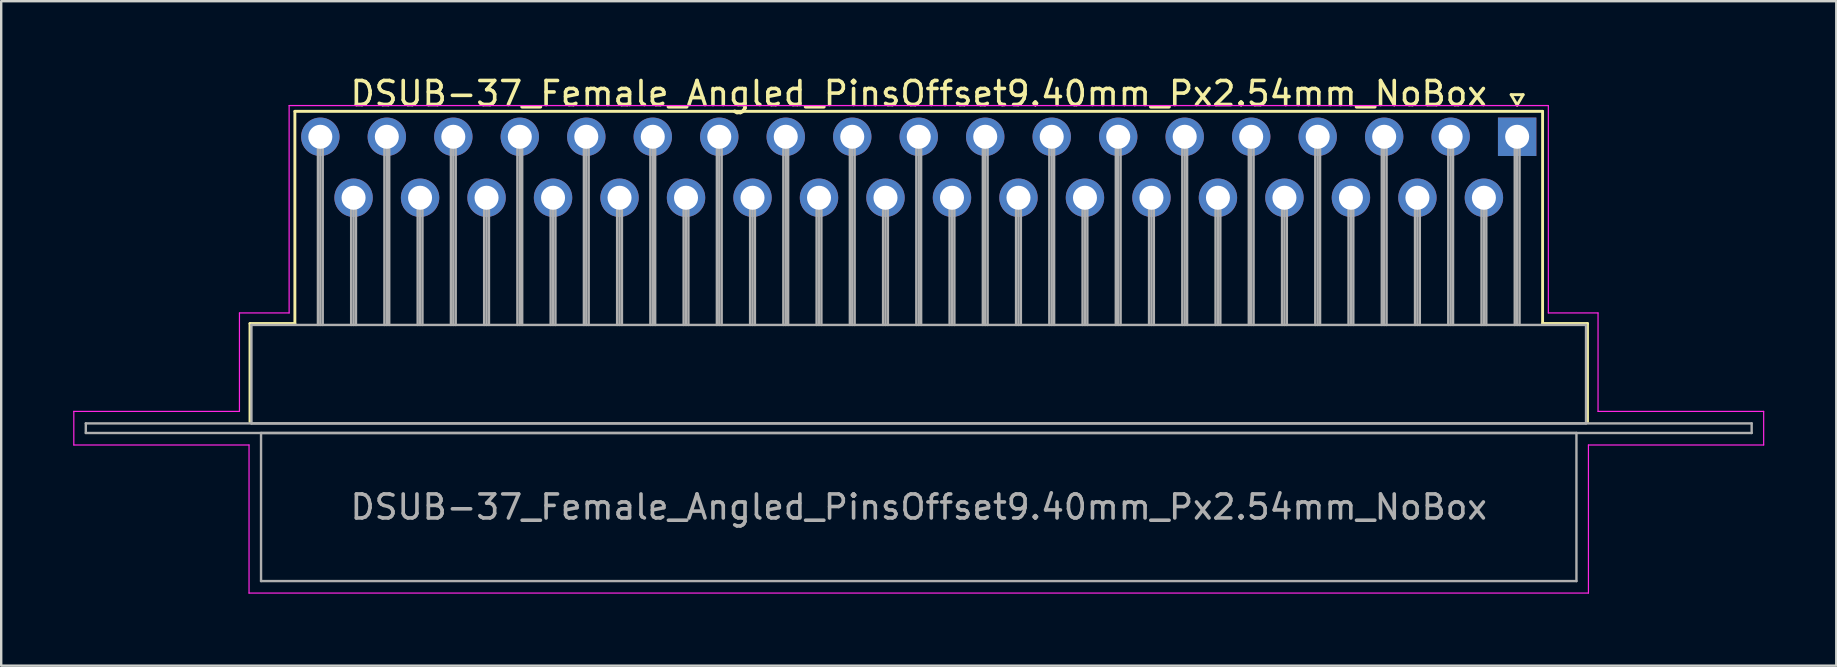
<source format=kicad_pcb>
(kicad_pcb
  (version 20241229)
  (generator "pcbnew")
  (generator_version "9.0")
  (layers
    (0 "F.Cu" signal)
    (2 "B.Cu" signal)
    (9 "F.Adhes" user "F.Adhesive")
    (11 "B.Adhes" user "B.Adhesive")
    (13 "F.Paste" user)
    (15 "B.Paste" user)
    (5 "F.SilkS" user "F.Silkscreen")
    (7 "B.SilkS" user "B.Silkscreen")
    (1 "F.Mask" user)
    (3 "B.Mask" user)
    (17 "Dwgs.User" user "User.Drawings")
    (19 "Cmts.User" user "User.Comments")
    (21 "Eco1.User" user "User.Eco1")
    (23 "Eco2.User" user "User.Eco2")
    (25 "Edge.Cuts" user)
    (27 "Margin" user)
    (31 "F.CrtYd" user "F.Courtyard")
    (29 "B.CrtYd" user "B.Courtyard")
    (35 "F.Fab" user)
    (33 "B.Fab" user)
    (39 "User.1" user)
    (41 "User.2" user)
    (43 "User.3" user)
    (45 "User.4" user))
  (footprint "DSUB-37_Female_Angled_PinsOffset9.40mm_Px2.54mm_NoBox"
    (layer "F.Cu")
    (at 60.155 2.648)
    (property "Reference" "DSUB-37_Female_Angled_PinsOffset9.40mm_Px2.54mm_NoBox" (at -24.93 -1.8 0) (layer "F.SilkS") (effects (font (size 1 1) (thickness 0.15))))
    (attr through_hole)
    (fp_line (start -52.79 7.78) (end -50.92 7.78) (stroke (width 0.12) (type solid)) (layer "F.SilkS"))
    (fp_line (start -52.79 11.88) (end -52.79 7.78) (stroke (width 0.12) (type solid)) (layer "F.SilkS"))
    (fp_line (start -50.92 -1.06) (end 1.06 -1.06) (stroke (width 0.12) (type solid)) (layer "F.SilkS"))
    (fp_line (start -50.92 7.78) (end -50.92 -1.06) (stroke (width 0.12) (type solid)) (layer "F.SilkS"))
    (fp_line (start -0.25 -1.754) (end 0.25 -1.754) (stroke (width 0.12) (type solid)) (layer "F.SilkS"))
    (fp_line (start 0 -1.321) (end -0.25 -1.754) (stroke (width 0.12) (type solid)) (layer "F.SilkS"))
    (fp_line (start 0.25 -1.754) (end 0 -1.321) (stroke (width 0.12) (type solid)) (layer "F.SilkS"))
    (fp_line (start 1.06 -1.06) (end 1.06 7.78) (stroke (width 0.12) (type solid)) (layer "F.SilkS"))
    (fp_line (start 1.06 7.78) (end 2.93 7.78) (stroke (width 0.12) (type solid)) (layer "F.SilkS"))
    (fp_line (start 2.93 7.78) (end 2.93 11.88) (stroke (width 0.12) (type solid)) (layer "F.SilkS"))
    (fp_line (start -60.13 11.44) (end -53.23 11.44) (stroke (width 0.05) (type solid)) (layer "F.CrtYd"))
    (fp_line (start -60.13 12.84) (end -60.13 11.44) (stroke (width 0.05) (type solid)) (layer "F.CrtYd"))
    (fp_line (start -53.23 7.34) (end -51.16 7.34) (stroke (width 0.05) (type solid)) (layer "F.CrtYd"))
    (fp_line (start -53.23 11.44) (end -53.23 7.34) (stroke (width 0.05) (type solid)) (layer "F.CrtYd"))
    (fp_line (start -52.83 12.84) (end -60.13 12.84) (stroke (width 0.05) (type solid)) (layer "F.CrtYd"))
    (fp_line (start -52.83 19.01) (end -52.83 12.84) (stroke (width 0.05) (type solid)) (layer "F.CrtYd"))
    (fp_line (start -51.16 -1.3) (end 1.3 -1.3) (stroke (width 0.05) (type solid)) (layer "F.CrtYd"))
    (fp_line (start -51.16 7.34) (end -51.16 -1.3) (stroke (width 0.05) (type solid)) (layer "F.CrtYd"))
    (fp_line (start 1.3 -1.3) (end 1.3 7.34) (stroke (width 0.05) (type solid)) (layer "F.CrtYd"))
    (fp_line (start 1.3 7.34) (end 3.37 7.34) (stroke (width 0.05) (type solid)) (layer "F.CrtYd"))
    (fp_line (start 2.97 12.84) (end 2.97 19.01) (stroke (width 0.05) (type solid)) (layer "F.CrtYd"))
    (fp_line (start 2.97 19.01) (end -52.83 19.01) (stroke (width 0.05) (type solid)) (layer "F.CrtYd"))
    (fp_line (start 3.37 7.34) (end 3.37 11.44) (stroke (width 0.05) (type solid)) (layer "F.CrtYd"))
    (fp_line (start 3.37 11.44) (end 10.27 11.44) (stroke (width 0.05) (type solid)) (layer "F.CrtYd"))
    (fp_line (start 10.27 11.44) (end 10.27 12.84) (stroke (width 0.05) (type solid)) (layer "F.CrtYd"))
    (fp_line (start 10.27 12.84) (end 2.97 12.84) (stroke (width 0.05) (type solid)) (layer "F.CrtYd"))
    (fp_line (start -59.63 11.94) (end -59.63 12.34) (stroke (width 0.1) (type solid)) (layer "F.Fab"))
    (fp_line (start -59.63 12.34) (end 9.77 12.34) (stroke (width 0.1) (type solid)) (layer "F.Fab"))
    (fp_line (start -52.73 7.84) (end -52.73 11.94) (stroke (width 0.1) (type solid)) (layer "F.Fab"))
    (fp_line (start -52.73 11.94) (end 2.87 11.94) (stroke (width 0.1) (type solid)) (layer "F.Fab"))
    (fp_line (start -52.33 12.34) (end -52.33 18.51) (stroke (width 0.1) (type solid)) (layer "F.Fab"))
    (fp_line (start -52.33 18.51) (end 2.47 18.51) (stroke (width 0.1) (type solid)) (layer "F.Fab"))
    (fp_line (start -49.96 0) (end -49.96 7.84) (stroke (width 0.1) (type solid)) (layer "F.Fab"))
    (fp_line (start -49.86 0) (end -49.86 7.84) (stroke (width 0.1) (type solid)) (layer "F.Fab"))
    (fp_line (start -49.76 0) (end -49.76 7.84) (stroke (width 0.1) (type solid)) (layer "F.Fab"))
    (fp_line (start -48.575 2.54) (end -48.575 7.84) (stroke (width 0.1) (type solid)) (layer "F.Fab"))
    (fp_line (start -48.475 2.54) (end -48.475 7.84) (stroke (width 0.1) (type solid)) (layer "F.Fab"))
    (fp_line (start -48.375 2.54) (end -48.375 7.84) (stroke (width 0.1) (type solid)) (layer "F.Fab"))
    (fp_line (start -47.19 0) (end -47.19 7.84) (stroke (width 0.1) (type solid)) (layer "F.Fab"))
    (fp_line (start -47.09 0) (end -47.09 7.84) (stroke (width 0.1) (type solid)) (layer "F.Fab"))
    (fp_line (start -46.99 0) (end -46.99 7.84) (stroke (width 0.1) (type solid)) (layer "F.Fab"))
    (fp_line (start -45.805 2.54) (end -45.805 7.84) (stroke (width 0.1) (type solid)) (layer "F.Fab"))
    (fp_line (start -45.705 2.54) (end -45.705 7.84) (stroke (width 0.1) (type solid)) (layer "F.Fab"))
    (fp_line (start -45.605 2.54) (end -45.605 7.84) (stroke (width 0.1) (type solid)) (layer "F.Fab"))
    (fp_line (start -44.42 0) (end -44.42 7.84) (stroke (width 0.1) (type solid)) (layer "F.Fab"))
    (fp_line (start -44.32 0) (end -44.32 7.84) (stroke (width 0.1) (type solid)) (layer "F.Fab"))
    (fp_line (start -44.22 0) (end -44.22 7.84) (stroke (width 0.1) (type solid)) (layer "F.Fab"))
    (fp_line (start -43.035 2.54) (end -43.035 7.84) (stroke (width 0.1) (type solid)) (layer "F.Fab"))
    (fp_line (start -42.935 2.54) (end -42.935 7.84) (stroke (width 0.1) (type solid)) (layer "F.Fab"))
    (fp_line (start -42.835 2.54) (end -42.835 7.84) (stroke (width 0.1) (type solid)) (layer "F.Fab"))
    (fp_line (start -41.65 0) (end -41.65 7.84) (stroke (width 0.1) (type solid)) (layer "F.Fab"))
    (fp_line (start -41.55 0) (end -41.55 7.84) (stroke (width 0.1) (type solid)) (layer "F.Fab"))
    (fp_line (start -41.45 0) (end -41.45 7.84) (stroke (width 0.1) (type solid)) (layer "F.Fab"))
    (fp_line (start -40.265 2.54) (end -40.265 7.84) (stroke (width 0.1) (type solid)) (layer "F.Fab"))
    (fp_line (start -40.165 2.54) (end -40.165 7.84) (stroke (width 0.1) (type solid)) (layer "F.Fab"))
    (fp_line (start -40.065 2.54) (end -40.065 7.84) (stroke (width 0.1) (type solid)) (layer "F.Fab"))
    (fp_line (start -38.88 0) (end -38.88 7.84) (stroke (width 0.1) (type solid)) (layer "F.Fab"))
    (fp_line (start -38.78 0) (end -38.78 7.84) (stroke (width 0.1) (type solid)) (layer "F.Fab"))
    (fp_line (start -38.68 0) (end -38.68 7.84) (stroke (width 0.1) (type solid)) (layer "F.Fab"))
    (fp_line (start -37.495 2.54) (end -37.495 7.84) (stroke (width 0.1) (type solid)) (layer "F.Fab"))
    (fp_line (start -37.395 2.54) (end -37.395 7.84) (stroke (width 0.1) (type solid)) (layer "F.Fab"))
    (fp_line (start -37.295 2.54) (end -37.295 7.84) (stroke (width 0.1) (type solid)) (layer "F.Fab"))
    (fp_line (start -36.11 0) (end -36.11 7.84) (stroke (width 0.1) (type solid)) (layer "F.Fab"))
    (fp_line (start -36.01 0) (end -36.01 7.84) (stroke (width 0.1) (type solid)) (layer "F.Fab"))
    (fp_line (start -35.91 0) (end -35.91 7.84) (stroke (width 0.1) (type solid)) (layer "F.Fab"))
    (fp_line (start -34.725 2.54) (end -34.725 7.84) (stroke (width 0.1) (type solid)) (layer "F.Fab"))
    (fp_line (start -34.625 2.54) (end -34.625 7.84) (stroke (width 0.1) (type solid)) (layer "F.Fab"))
    (fp_line (start -34.525 2.54) (end -34.525 7.84) (stroke (width 0.1) (type solid)) (layer "F.Fab"))
    (fp_line (start -33.34 0) (end -33.34 7.84) (stroke (width 0.1) (type solid)) (layer "F.Fab"))
    (fp_line (start -33.24 0) (end -33.24 7.84) (stroke (width 0.1) (type solid)) (layer "F.Fab"))
    (fp_line (start -33.14 0) (end -33.14 7.84) (stroke (width 0.1) (type solid)) (layer "F.Fab"))
    (fp_line (start -31.955 2.54) (end -31.955 7.84) (stroke (width 0.1) (type solid)) (layer "F.Fab"))
    (fp_line (start -31.855 2.54) (end -31.855 7.84) (stroke (width 0.1) (type solid)) (layer "F.Fab"))
    (fp_line (start -31.755 2.54) (end -31.755 7.84) (stroke (width 0.1) (type solid)) (layer "F.Fab"))
    (fp_line (start -30.57 0) (end -30.57 7.84) (stroke (width 0.1) (type solid)) (layer "F.Fab"))
    (fp_line (start -30.47 0) (end -30.47 7.84) (stroke (width 0.1) (type solid)) (layer "F.Fab"))
    (fp_line (start -30.37 0) (end -30.37 7.84) (stroke (width 0.1) (type solid)) (layer "F.Fab"))
    (fp_line (start -29.185 2.54) (end -29.185 7.84) (stroke (width 0.1) (type solid)) (layer "F.Fab"))
    (fp_line (start -29.085 2.54) (end -29.085 7.84) (stroke (width 0.1) (type solid)) (layer "F.Fab"))
    (fp_line (start -28.985 2.54) (end -28.985 7.84) (stroke (width 0.1) (type solid)) (layer "F.Fab"))
    (fp_line (start -27.8 0) (end -27.8 7.84) (stroke (width 0.1) (type solid)) (layer "F.Fab"))
    (fp_line (start -27.7 0) (end -27.7 7.84) (stroke (width 0.1) (type solid)) (layer "F.Fab"))
    (fp_line (start -27.6 0) (end -27.6 7.84) (stroke (width 0.1) (type solid)) (layer "F.Fab"))
    (fp_line (start -26.415 2.54) (end -26.415 7.84) (stroke (width 0.1) (type solid)) (layer "F.Fab"))
    (fp_line (start -26.315 2.54) (end -26.315 7.84) (stroke (width 0.1) (type solid)) (layer "F.Fab"))
    (fp_line (start -26.215 2.54) (end -26.215 7.84) (stroke (width 0.1) (type solid)) (layer "F.Fab"))
    (fp_line (start -25.03 0) (end -25.03 7.84) (stroke (width 0.1) (type solid)) (layer "F.Fab"))
    (fp_line (start -24.93 0) (end -24.93 7.84) (stroke (width 0.1) (type solid)) (layer "F.Fab"))
    (fp_line (start -24.83 0) (end -24.83 7.84) (stroke (width 0.1) (type solid)) (layer "F.Fab"))
    (fp_line (start -23.645 2.54) (end -23.645 7.84) (stroke (width 0.1) (type solid)) (layer "F.Fab"))
    (fp_line (start -23.545 2.54) (end -23.545 7.84) (stroke (width 0.1) (type solid)) (layer "F.Fab"))
    (fp_line (start -23.445 2.54) (end -23.445 7.84) (stroke (width 0.1) (type solid)) (layer "F.Fab"))
    (fp_line (start -22.26 0) (end -22.26 7.84) (stroke (width 0.1) (type solid)) (layer "F.Fab"))
    (fp_line (start -22.16 0) (end -22.16 7.84) (stroke (width 0.1) (type solid)) (layer "F.Fab"))
    (fp_line (start -22.06 0) (end -22.06 7.84) (stroke (width 0.1) (type solid)) (layer "F.Fab"))
    (fp_line (start -20.875 2.54) (end -20.875 7.84) (stroke (width 0.1) (type solid)) (layer "F.Fab"))
    (fp_line (start -20.775 2.54) (end -20.775 7.84) (stroke (width 0.1) (type solid)) (layer "F.Fab"))
    (fp_line (start -20.675 2.54) (end -20.675 7.84) (stroke (width 0.1) (type solid)) (layer "F.Fab"))
    (fp_line (start -19.49 0) (end -19.49 7.84) (stroke (width 0.1) (type solid)) (layer "F.Fab"))
    (fp_line (start -19.39 0) (end -19.39 7.84) (stroke (width 0.1) (type solid)) (layer "F.Fab"))
    (fp_line (start -19.29 0) (end -19.29 7.84) (stroke (width 0.1) (type solid)) (layer "F.Fab"))
    (fp_line (start -18.105 2.54) (end -18.105 7.84) (stroke (width 0.1) (type solid)) (layer "F.Fab"))
    (fp_line (start -18.005 2.54) (end -18.005 7.84) (stroke (width 0.1) (type solid)) (layer "F.Fab"))
    (fp_line (start -17.905 2.54) (end -17.905 7.84) (stroke (width 0.1) (type solid)) (layer "F.Fab"))
    (fp_line (start -16.72 0) (end -16.72 7.84) (stroke (width 0.1) (type solid)) (layer "F.Fab"))
    (fp_line (start -16.62 0) (end -16.62 7.84) (stroke (width 0.1) (type solid)) (layer "F.Fab"))
    (fp_line (start -16.52 0) (end -16.52 7.84) (stroke (width 0.1) (type solid)) (layer "F.Fab"))
    (fp_line (start -15.335 2.54) (end -15.335 7.84) (stroke (width 0.1) (type solid)) (layer "F.Fab"))
    (fp_line (start -15.235 2.54) (end -15.235 7.84) (stroke (width 0.1) (type solid)) (layer "F.Fab"))
    (fp_line (start -15.135 2.54) (end -15.135 7.84) (stroke (width 0.1) (type solid)) (layer "F.Fab"))
    (fp_line (start -13.95 0) (end -13.95 7.84) (stroke (width 0.1) (type solid)) (layer "F.Fab"))
    (fp_line (start -13.85 0) (end -13.85 7.84) (stroke (width 0.1) (type solid)) (layer "F.Fab"))
    (fp_line (start -13.75 0) (end -13.75 7.84) (stroke (width 0.1) (type solid)) (layer "F.Fab"))
    (fp_line (start -12.565 2.54) (end -12.565 7.84) (stroke (width 0.1) (type solid)) (layer "F.Fab"))
    (fp_line (start -12.465 2.54) (end -12.465 7.84) (stroke (width 0.1) (type solid)) (layer "F.Fab"))
    (fp_line (start -12.365 2.54) (end -12.365 7.84) (stroke (width 0.1) (type solid)) (layer "F.Fab"))
    (fp_line (start -11.18 0) (end -11.18 7.84) (stroke (width 0.1) (type solid)) (layer "F.Fab"))
    (fp_line (start -11.08 0) (end -11.08 7.84) (stroke (width 0.1) (type solid)) (layer "F.Fab"))
    (fp_line (start -10.98 0) (end -10.98 7.84) (stroke (width 0.1) (type solid)) (layer "F.Fab"))
    (fp_line (start -9.795 2.54) (end -9.795 7.84) (stroke (width 0.1) (type solid)) (layer "F.Fab"))
    (fp_line (start -9.695 2.54) (end -9.695 7.84) (stroke (width 0.1) (type solid)) (layer "F.Fab"))
    (fp_line (start -9.595 2.54) (end -9.595 7.84) (stroke (width 0.1) (type solid)) (layer "F.Fab"))
    (fp_line (start -8.41 0) (end -8.41 7.84) (stroke (width 0.1) (type solid)) (layer "F.Fab"))
    (fp_line (start -8.31 0) (end -8.31 7.84) (stroke (width 0.1) (type solid)) (layer "F.Fab"))
    (fp_line (start -8.21 0) (end -8.21 7.84) (stroke (width 0.1) (type solid)) (layer "F.Fab"))
    (fp_line (start -7.025 2.54) (end -7.025 7.84) (stroke (width 0.1) (type solid)) (layer "F.Fab"))
    (fp_line (start -6.925 2.54) (end -6.925 7.84) (stroke (width 0.1) (type solid)) (layer "F.Fab"))
    (fp_line (start -6.825 2.54) (end -6.825 7.84) (stroke (width 0.1) (type solid)) (layer "F.Fab"))
    (fp_line (start -5.64 0) (end -5.64 7.84) (stroke (width 0.1) (type solid)) (layer "F.Fab"))
    (fp_line (start -5.54 0) (end -5.54 7.84) (stroke (width 0.1) (type solid)) (layer "F.Fab"))
    (fp_line (start -5.44 0) (end -5.44 7.84) (stroke (width 0.1) (type solid)) (layer "F.Fab"))
    (fp_line (start -4.255 2.54) (end -4.255 7.84) (stroke (width 0.1) (type solid)) (layer "F.Fab"))
    (fp_line (start -4.155 2.54) (end -4.155 7.84) (stroke (width 0.1) (type solid)) (layer "F.Fab"))
    (fp_line (start -4.055 2.54) (end -4.055 7.84) (stroke (width 0.1) (type solid)) (layer "F.Fab"))
    (fp_line (start -2.87 0) (end -2.87 7.84) (stroke (width 0.1) (type solid)) (layer "F.Fab"))
    (fp_line (start -2.77 0) (end -2.77 7.84) (stroke (width 0.1) (type solid)) (layer "F.Fab"))
    (fp_line (start -2.67 0) (end -2.67 7.84) (stroke (width 0.1) (type solid)) (layer "F.Fab"))
    (fp_line (start -1.485 2.54) (end -1.485 7.84) (stroke (width 0.1) (type solid)) (layer "F.Fab"))
    (fp_line (start -1.385 2.54) (end -1.385 7.84) (stroke (width 0.1) (type solid)) (layer "F.Fab"))
    (fp_line (start -1.285 2.54) (end -1.285 7.84) (stroke (width 0.1) (type solid)) (layer "F.Fab"))
    (fp_line (start -0.1 0) (end -0.1 7.84) (stroke (width 0.1) (type solid)) (layer "F.Fab"))
    (fp_line (start 0 0) (end 0 7.84) (stroke (width 0.1) (type solid)) (layer "F.Fab"))
    (fp_line (start 0.1 0) (end 0.1 7.84) (stroke (width 0.1) (type solid)) (layer "F.Fab"))
    (fp_line (start 2.47 12.34) (end -52.33 12.34) (stroke (width 0.1) (type solid)) (layer "F.Fab"))
    (fp_line (start 2.47 18.51) (end 2.47 12.34) (stroke (width 0.1) (type solid)) (layer "F.Fab"))
    (fp_line (start 2.87 7.84) (end -52.73 7.84) (stroke (width 0.1) (type solid)) (layer "F.Fab"))
    (fp_line (start 2.87 11.94) (end 2.87 7.84) (stroke (width 0.1) (type solid)) (layer "F.Fab"))
    (fp_line (start 9.77 11.94) (end -59.63 11.94) (stroke (width 0.1) (type solid)) (layer "F.Fab"))
    (fp_line (start 9.77 12.34) (end 9.77 11.94) (stroke (width 0.1) (type solid)) (layer "F.Fab"))
    (fp_text user "${REFERENCE}" (at -24.93 15.425 0) (layer "F.Fab") (effects (font (size 1 1) (thickness 0.15))))
    (pad "1" thru_hole rect (at 0 0) (size 1.6 1.6) (drill 1) (layers "*.Cu" "*.Mask"))
    (pad "2" thru_hole circle (at -2.77 0) (size 1.6 1.6) (drill 1) (layers "*.Cu" "*.Mask"))
    (pad "3" thru_hole circle (at -5.54 0) (size 1.6 1.6) (drill 1) (layers "*.Cu" "*.Mask"))
    (pad "4" thru_hole circle (at -8.31 0) (size 1.6 1.6) (drill 1) (layers "*.Cu" "*.Mask"))
    (pad "5" thru_hole circle (at -11.08 0) (size 1.6 1.6) (drill 1) (layers "*.Cu" "*.Mask"))
    (pad "6" thru_hole circle (at -13.85 0) (size 1.6 1.6) (drill 1) (layers "*.Cu" "*.Mask"))
    (pad "7" thru_hole circle (at -16.62 0) (size 1.6 1.6) (drill 1) (layers "*.Cu" "*.Mask"))
    (pad "8" thru_hole circle (at -19.39 0) (size 1.6 1.6) (drill 1) (layers "*.Cu" "*.Mask"))
    (pad "9" thru_hole circle (at -22.16 0) (size 1.6 1.6) (drill 1) (layers "*.Cu" "*.Mask"))
    (pad "10" thru_hole circle (at -24.93 0) (size 1.6 1.6) (drill 1) (layers "*.Cu" "*.Mask"))
    (pad "11" thru_hole circle (at -27.7 0) (size 1.6 1.6) (drill 1) (layers "*.Cu" "*.Mask"))
    (pad "12" thru_hole circle (at -30.47 0) (size 1.6 1.6) (drill 1) (layers "*.Cu" "*.Mask"))
    (pad "13" thru_hole circle (at -33.24 0) (size 1.6 1.6) (drill 1) (layers "*.Cu" "*.Mask"))
    (pad "14" thru_hole circle (at -36.01 0) (size 1.6 1.6) (drill 1) (layers "*.Cu" "*.Mask"))
    (pad "15" thru_hole circle (at -38.78 0) (size 1.6 1.6) (drill 1) (layers "*.Cu" "*.Mask"))
    (pad "16" thru_hole circle (at -41.55 0) (size 1.6 1.6) (drill 1) (layers "*.Cu" "*.Mask"))
    (pad "17" thru_hole circle (at -44.32 0) (size 1.6 1.6) (drill 1) (layers "*.Cu" "*.Mask"))
    (pad "18" thru_hole circle (at -47.09 0) (size 1.6 1.6) (drill 1) (layers "*.Cu" "*.Mask"))
    (pad "19" thru_hole circle (at -49.86 0) (size 1.6 1.6) (drill 1) (layers "*.Cu" "*.Mask"))
    (pad "20" thru_hole circle (at -1.385 2.54) (size 1.6 1.6) (drill 1) (layers "*.Cu" "*.Mask"))
    (pad "21" thru_hole circle (at -4.155 2.54) (size 1.6 1.6) (drill 1) (layers "*.Cu" "*.Mask"))
    (pad "22" thru_hole circle (at -6.925 2.54) (size 1.6 1.6) (drill 1) (layers "*.Cu" "*.Mask"))
    (pad "23" thru_hole circle (at -9.695 2.54) (size 1.6 1.6) (drill 1) (layers "*.Cu" "*.Mask"))
    (pad "24" thru_hole circle (at -12.465 2.54) (size 1.6 1.6) (drill 1) (layers "*.Cu" "*.Mask"))
    (pad "25" thru_hole circle (at -15.235 2.54) (size 1.6 1.6) (drill 1) (layers "*.Cu" "*.Mask"))
    (pad "26" thru_hole circle (at -18.005 2.54) (size 1.6 1.6) (drill 1) (layers "*.Cu" "*.Mask"))
    (pad "27" thru_hole circle (at -20.775 2.54) (size 1.6 1.6) (drill 1) (layers "*.Cu" "*.Mask"))
    (pad "28" thru_hole circle (at -23.545 2.54) (size 1.6 1.6) (drill 1) (layers "*.Cu" "*.Mask"))
    (pad "29" thru_hole circle (at -26.315 2.54) (size 1.6 1.6) (drill 1) (layers "*.Cu" "*.Mask"))
    (pad "30" thru_hole circle (at -29.085 2.54) (size 1.6 1.6) (drill 1) (layers "*.Cu" "*.Mask"))
    (pad "31" thru_hole circle (at -31.855 2.54) (size 1.6 1.6) (drill 1) (layers "*.Cu" "*.Mask"))
    (pad "32" thru_hole circle (at -34.625 2.54) (size 1.6 1.6) (drill 1) (layers "*.Cu" "*.Mask"))
    (pad "33" thru_hole circle (at -37.395 2.54) (size 1.6 1.6) (drill 1) (layers "*.Cu" "*.Mask"))
    (pad "34" thru_hole circle (at -40.165 2.54) (size 1.6 1.6) (drill 1) (layers "*.Cu" "*.Mask"))
    (pad "35" thru_hole circle (at -42.935 2.54) (size 1.6 1.6) (drill 1) (layers "*.Cu" "*.Mask"))
    (pad "36" thru_hole circle (at -45.705 2.54) (size 1.6 1.6) (drill 1) (layers "*.Cu" "*.Mask"))
    (pad "37" thru_hole circle (at -48.475 2.54) (size 1.6 1.6) (drill 1) (layers "*.Cu" "*.Mask")))
  (gr_rect
    (start -3 -3)
    (end 73.45 24.683)
    (stroke (width 0.1) (type default))
    (fill no)
    (layer "Edge.Cuts")))
</source>
